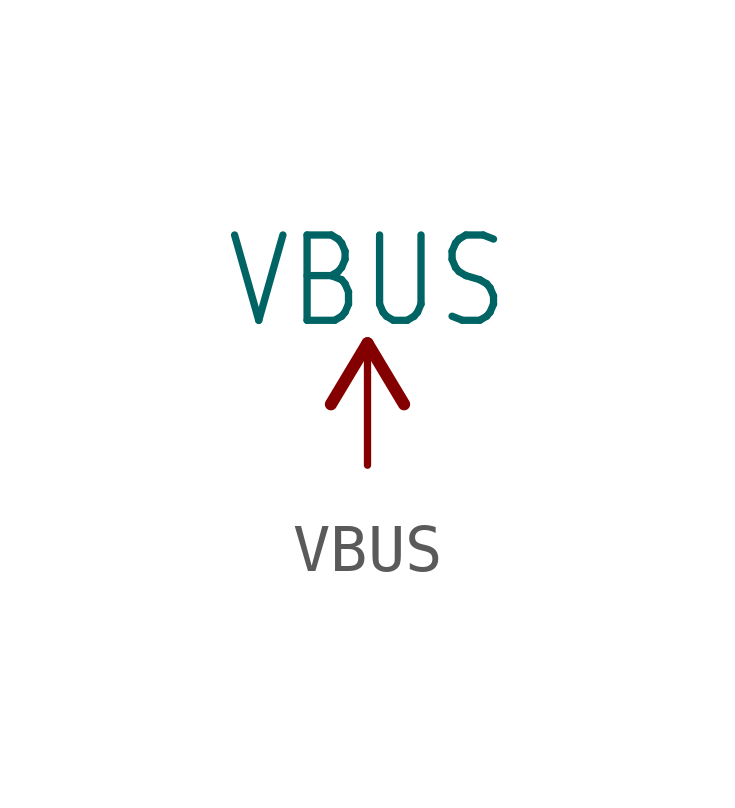
<source format=kicad_sym>
(kicad_symbol_lib
  (version 20220914)
  (generator kicad_symbol_editor)
  (symbol "VBUS"
    (power)
    (property "Reference" "#VBUS"
      (at 0 0 0)
      (effects (font (size 1.27 1.27)) hide))
    (property "Value" "VBUS"
      (at 0 0.254 0)
      (effects (font (size 1.778 1.511)) (justify bottom)))
    (property "ki_locked" ""
      (at 0 0 0)
      (effects (font (size 1.27 1.27))))
    (symbol "VBUS_1_0"
      (polyline (pts (xy 0 0) (xy -0.762 -1.27)) (stroke (width 0.254) (type default)) (fill (type none)))
      (polyline (pts (xy 0.762 -1.27) (xy 0 0)) (stroke (width 0.254) (type default)) (fill (type none)))
      (pin power_in line (at 0 -2.54 90) (length 2.54) (name "VBUS" (effects (font (size 0 0)))) (number "1" (effects (font (size 0 0))))))))
</source>
